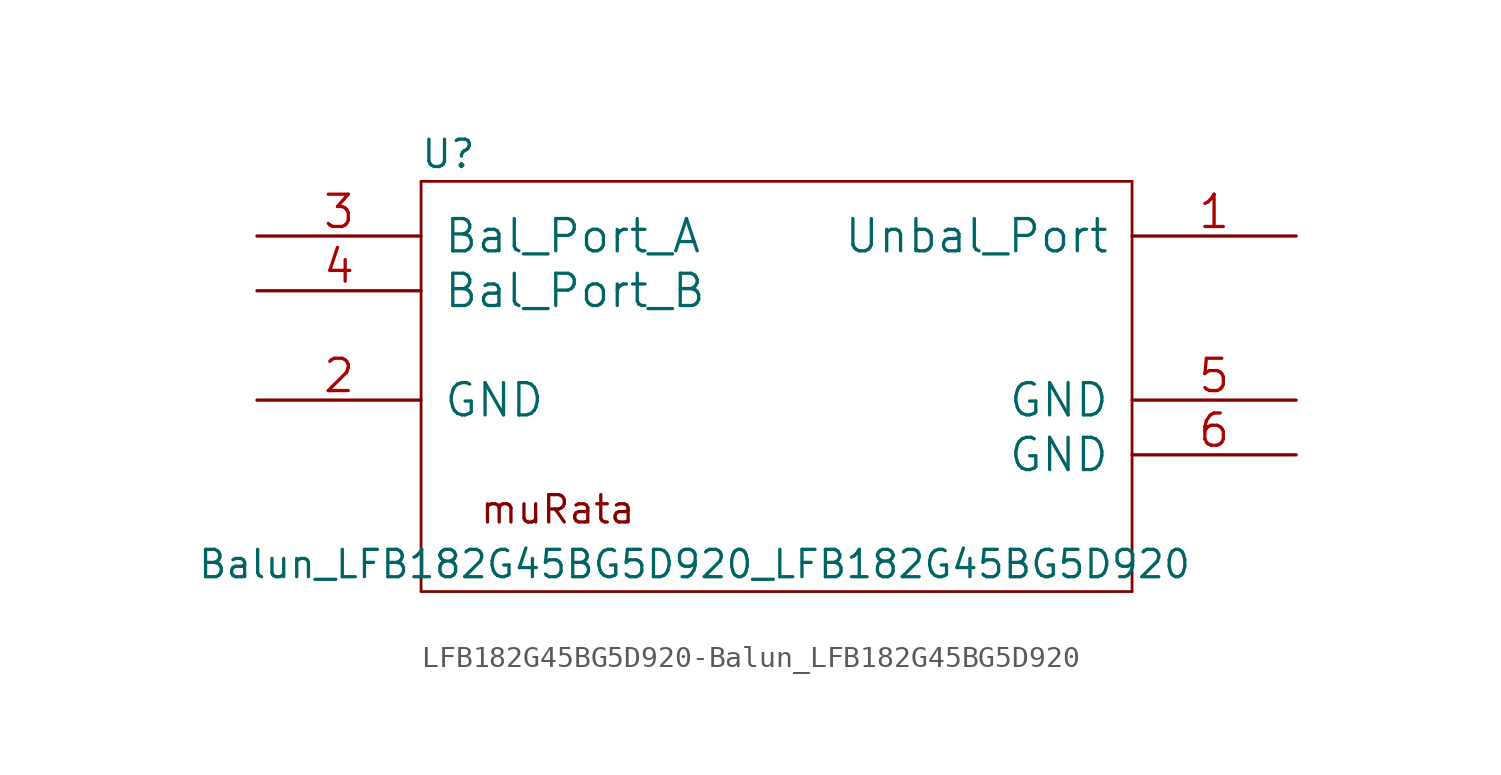
<source format=kicad_sym>
(kicad_symbol_lib
  (version 20241209)
  (generator "kicad_symbol_editor")
  (generator_version "9.0")
  (symbol "LFB182G45BG5D920-Balun_LFB182G45BG5D920"
    (pin_names
      (offset 1.016))
    (property "Reference" "U"
      (at -15.24 11.43 0)
      (effects (font (size 1.27 1.27))))
    (property "Value" "Balun_LFB182G45BG5D920_LFB182G45BG5D920"
      (at -3.81 -7.62 0)
      (effects (font (size 1.27 1.27))))
    (symbol "LFB182G45BG5D920-Balun_LFB182G45BG5D920_0_0"
      (text "muRata" (at -10.16 -5.08 0) (effects (font (size 1.27 1.27)))))
    (symbol "LFB182G45BG5D920-Balun_LFB182G45BG5D920_1_1"
      (polyline (pts (xy -16.51 10.16) (xy -16.51 -8.89)) (stroke (width 0.127) (type solid)) (fill (type none)))
      (polyline (pts (xy -16.51 -8.89) (xy 16.51 -8.89)) (stroke (width 0.127) (type solid)) (fill (type none)))
      (polyline (pts (xy 16.51 10.16) (xy -16.51 10.16)) (stroke (width 0.127) (type solid)) (fill (type none)))
      (polyline (pts (xy 16.51 -8.89) (xy 16.51 10.16)) (stroke (width 0.127) (type solid)) (fill (type none)))
      (pin bidirectional line (at -24.13 7.62 0) (length 7.62) (name "Bal_Port_A" (effects (font (size 1.499 1.499)))) (number "3" (effects (font (size 1.499 1.499)))))
      (pin bidirectional line (at -24.13 5.08 0) (length 7.62) (name "Bal_Port_B" (effects (font (size 1.499 1.499)))) (number "4" (effects (font (size 1.499 1.499)))))
      (pin power_in line (at -24.13 0 0) (length 7.62) (name "GND" (effects (font (size 1.499 1.499)))) (number "2" (effects (font (size 1.499 1.499)))))
      (pin bidirectional line (at 24.13 7.62 180) (length 7.62) (name "Unbal_Port" (effects (font (size 1.499 1.499)))) (number "1" (effects (font (size 1.499 1.499)))))
      (pin power_in line (at 24.13 0 180) (length 7.62) (name "GND" (effects (font (size 1.499 1.499)))) (number "5" (effects (font (size 1.499 1.499)))))
      (pin power_in line (at 24.13 -2.54 180) (length 7.62) (name "GND" (effects (font (size 1.499 1.499)))) (number "6" (effects (font (size 1.499 1.499))))))))
</source>
